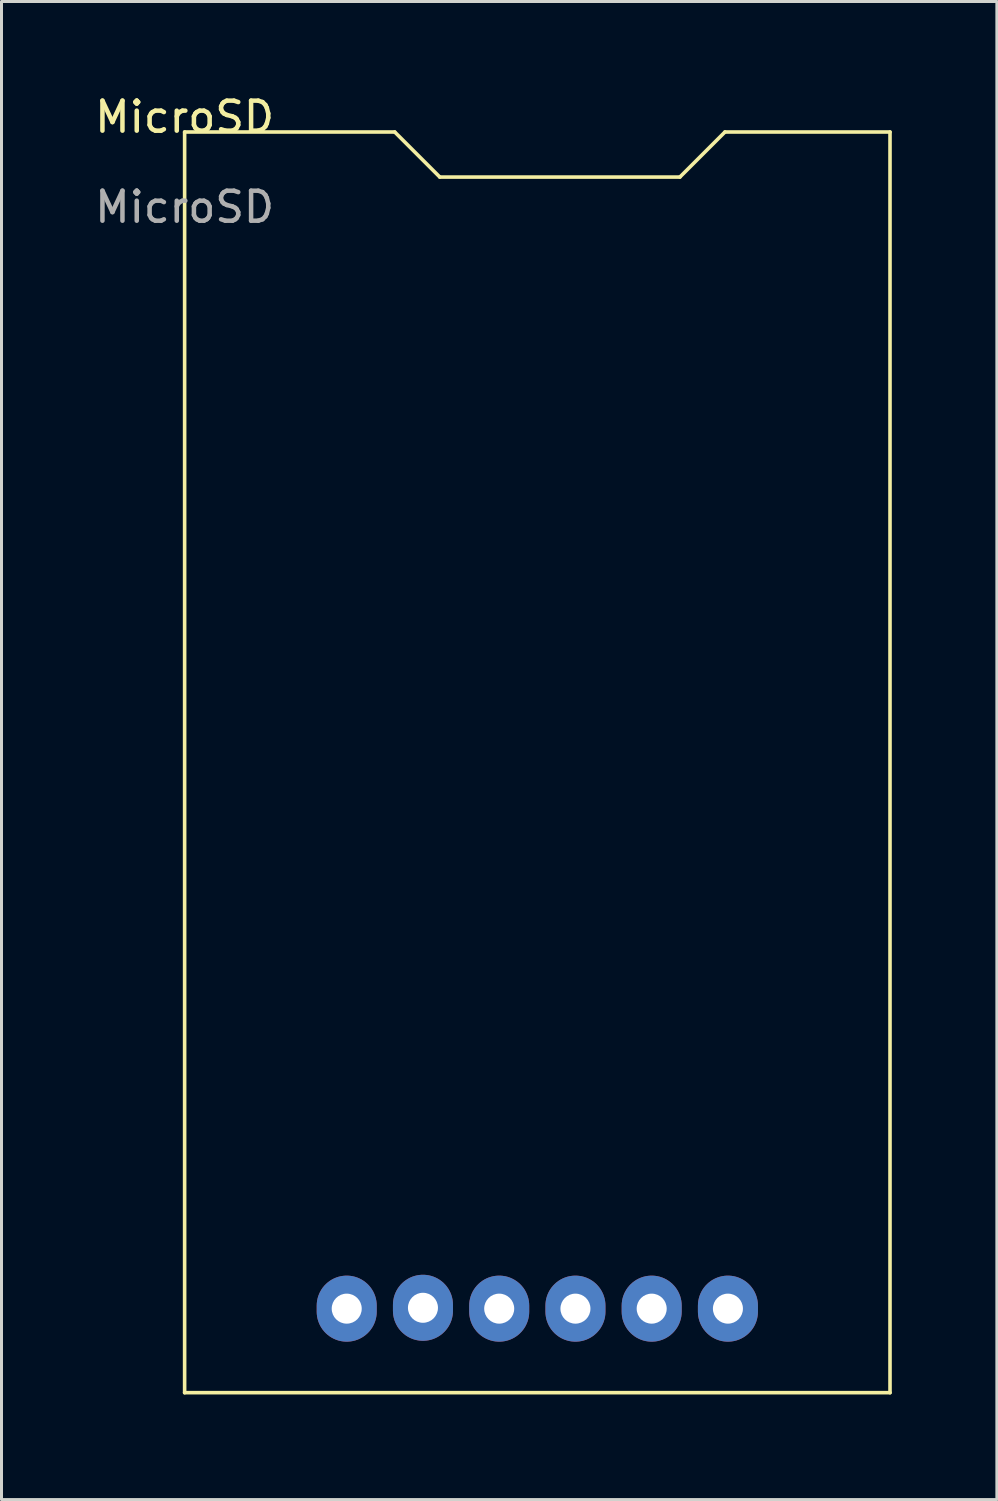
<source format=kicad_pcb>
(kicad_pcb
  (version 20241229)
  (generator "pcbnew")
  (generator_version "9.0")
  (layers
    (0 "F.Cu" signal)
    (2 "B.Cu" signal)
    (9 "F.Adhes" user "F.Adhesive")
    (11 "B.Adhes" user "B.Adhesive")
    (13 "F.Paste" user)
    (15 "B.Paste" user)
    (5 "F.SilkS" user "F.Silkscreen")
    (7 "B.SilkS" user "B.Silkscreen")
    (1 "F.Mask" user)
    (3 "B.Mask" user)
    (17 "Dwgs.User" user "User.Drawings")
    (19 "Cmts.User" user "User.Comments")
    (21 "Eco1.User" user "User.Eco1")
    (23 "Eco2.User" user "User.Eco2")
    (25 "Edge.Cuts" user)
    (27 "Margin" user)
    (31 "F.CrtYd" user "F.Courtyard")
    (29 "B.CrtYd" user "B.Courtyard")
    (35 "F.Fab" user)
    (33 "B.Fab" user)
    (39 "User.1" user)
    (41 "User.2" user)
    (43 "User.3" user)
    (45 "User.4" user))
  (footprint "MicroSD"
    (layer "F.Cu")
    (at 3.101 1.348)
    (property "Reference" "MicroSD" (at 0 -0.5 0) (unlocked yes) (layer "F.SilkS") (effects (font (size 1 1) (thickness 0.15))))
    (attr smd)
    (fp_line (start 0 0) (end 0 42) (stroke (width 0.12) (type solid)) (layer "F.SilkS"))
    (fp_line (start 0 42) (end 23.5 42) (stroke (width 0.12) (type solid)) (layer "F.SilkS"))
    (fp_line (start 7 0) (end 0 0) (stroke (width 0.12) (type solid)) (layer "F.SilkS"))
    (fp_line (start 8.5 1.5) (end 7 0) (stroke (width 0.12) (type solid)) (layer "F.SilkS"))
    (fp_line (start 16.5 1.5) (end 8.5 1.5) (stroke (width 0.12) (type solid)) (layer "F.SilkS"))
    (fp_line (start 18 0) (end 16.5 1.5) (stroke (width 0.12) (type solid)) (layer "F.SilkS"))
    (fp_line (start 23.5 0) (end 18 0) (stroke (width 0.12) (type solid)) (layer "F.SilkS"))
    (fp_line (start 23.5 42) (end 23.5 0) (stroke (width 0.12) (type solid)) (layer "F.SilkS"))
    (fp_line (start -0.5 -0.5) (end 24 -0.5) (stroke (width 0.12) (type solid)) (layer "Margin"))
    (fp_line (start -0.5 42.5) (end -0.5 -0.5) (stroke (width 0.12) (type solid)) (layer "Margin"))
    (fp_line (start 24 -0.5) (end 24 42.5) (stroke (width 0.12) (type solid)) (layer "Margin"))
    (fp_line (start 24 42.5) (end -0.5 42.5) (stroke (width 0.12) (type solid)) (layer "Margin"))
    (fp_text user "${REFERENCE}" (at 0 2.5 0) (unlocked yes) (layer "F.Fab") (effects (font (size 1 1) (thickness 0.15))))
    (pad "1" thru_hole oval (at 5.4 39.2) (size 2 2.2) (drill 1) (layers "*.Cu" "*.Mask"))
    (pad "2" thru_hole oval (at 7.94 39.171) (size 2 2.2) (drill 1) (layers "*.Cu" "*.Mask"))
    (pad "3" thru_hole oval (at 10.48 39.2) (size 2 2.2) (drill 1) (layers "*.Cu" "*.Mask"))
    (pad "4" thru_hole oval (at 13.02 39.2) (size 2 2.2) (drill 1) (layers "*.Cu" "*.Mask"))
    (pad "5" thru_hole oval (at 15.56 39.2) (size 2 2.2) (drill 1) (layers "*.Cu" "*.Mask"))
    (pad "6" thru_hole oval (at 18.1 39.2) (size 2 2.2) (drill 1) (layers "*.Cu" "*.Mask")))
  (gr_rect
    (start -3 -3)
    (end 30.161 46.908)
    (stroke (width 0.1) (type default))
    (fill no)
    (layer "Edge.Cuts")))
</source>
